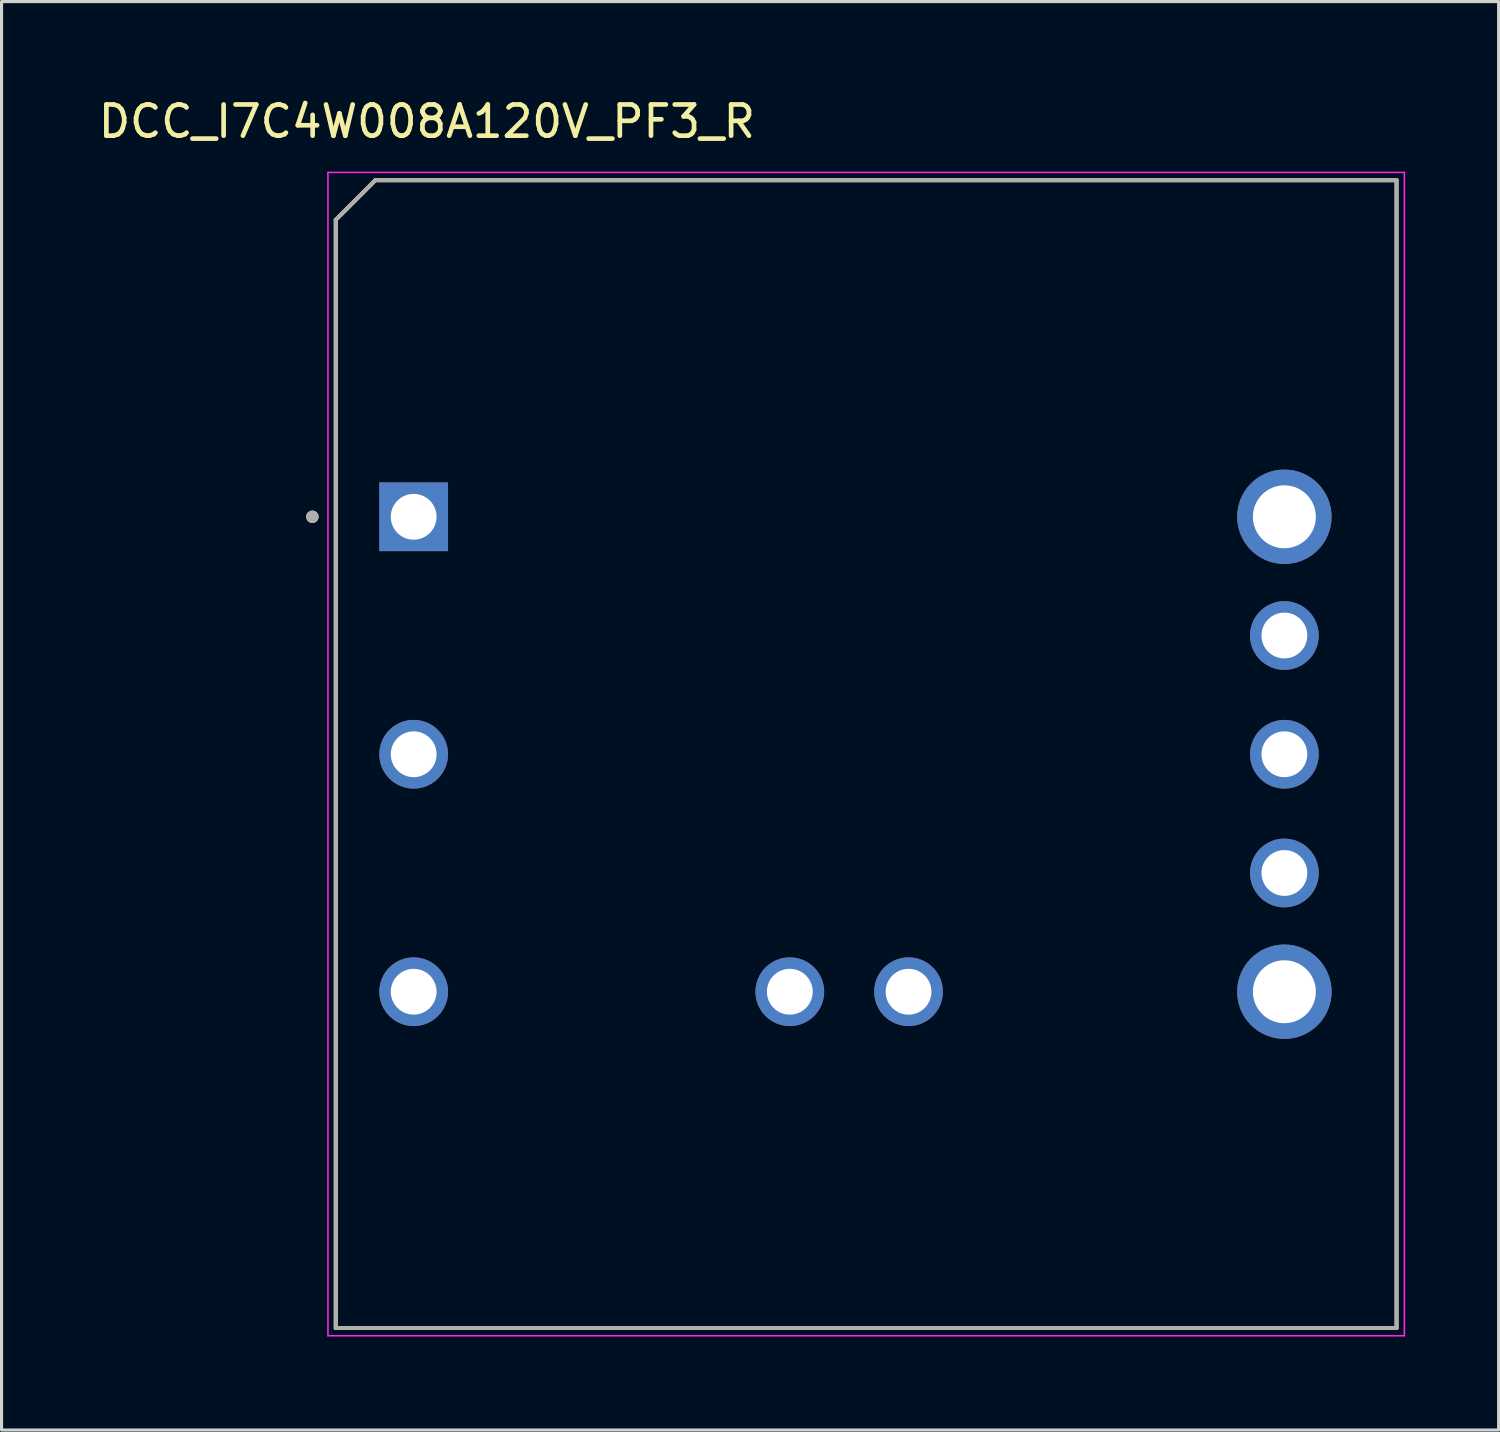
<source format=kicad_pcb>
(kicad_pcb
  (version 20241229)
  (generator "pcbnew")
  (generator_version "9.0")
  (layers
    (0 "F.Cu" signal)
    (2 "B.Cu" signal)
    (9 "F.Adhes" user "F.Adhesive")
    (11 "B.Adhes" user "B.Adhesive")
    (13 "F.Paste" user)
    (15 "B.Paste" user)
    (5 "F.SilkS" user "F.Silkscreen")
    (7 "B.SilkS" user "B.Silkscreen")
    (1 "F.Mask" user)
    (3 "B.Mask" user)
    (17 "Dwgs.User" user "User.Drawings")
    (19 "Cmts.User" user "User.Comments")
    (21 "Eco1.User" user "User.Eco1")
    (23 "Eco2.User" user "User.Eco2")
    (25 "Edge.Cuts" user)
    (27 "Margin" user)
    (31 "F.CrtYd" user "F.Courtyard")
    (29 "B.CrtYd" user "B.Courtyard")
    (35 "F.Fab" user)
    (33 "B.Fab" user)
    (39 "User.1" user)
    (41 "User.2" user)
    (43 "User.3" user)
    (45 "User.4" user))
  (footprint "DCC_I7C4W008A120V_PF3_R"
    (layer "F.Cu")
    (at 24.194 21.148)
    (property "Reference" "DCC_I7C4W008A120V_PF3_R" (at -13.545 -20.3 0) (layer "F.SilkS") (effects (font (size 1 1) (thickness 0.15))))
    (attr through_hole)
    (fp_line (start -16.47 -17.145) (end -15.2 -18.415) (stroke (width 0.127) (type solid)) (layer "F.SilkS"))
    (fp_line (start -16.47 18.415) (end -16.47 -17.145) (stroke (width 0.127) (type solid)) (layer "F.SilkS"))
    (fp_line (start -15.2 -18.415) (end 17.57 -18.415) (stroke (width 0.127) (type solid)) (layer "F.SilkS"))
    (fp_line (start 17.57 -18.415) (end 17.57 18.415) (stroke (width 0.127) (type solid)) (layer "F.SilkS"))
    (fp_line (start 17.57 18.415) (end -16.47 18.415) (stroke (width 0.127) (type solid)) (layer "F.SilkS"))
    (fp_circle (center -17.22 -7.615) (end -17.12 -7.615) (stroke (width 0.2) (type solid)) (fill no) (layer "F.SilkS"))
    (fp_line (start -16.72 -18.665) (end -16.72 18.665) (stroke (width 0.05) (type solid)) (layer "F.CrtYd"))
    (fp_line (start -16.72 18.665) (end 17.82 18.665) (stroke (width 0.05) (type solid)) (layer "F.CrtYd"))
    (fp_line (start 17.82 -18.665) (end -16.72 -18.665) (stroke (width 0.05) (type solid)) (layer "F.CrtYd"))
    (fp_line (start 17.82 18.665) (end 17.82 -18.665) (stroke (width 0.05) (type solid)) (layer "F.CrtYd"))
    (fp_line (start -16.47 -17.145) (end -15.2 -18.415) (stroke (width 0.127) (type solid)) (layer "F.Fab"))
    (fp_line (start -16.47 18.415) (end -16.47 -17.145) (stroke (width 0.127) (type solid)) (layer "F.Fab"))
    (fp_line (start -15.2 -18.415) (end 17.57 -18.415) (stroke (width 0.127) (type solid)) (layer "F.Fab"))
    (fp_line (start 17.57 -18.415) (end 17.57 18.415) (stroke (width 0.127) (type solid)) (layer "F.Fab"))
    (fp_line (start 17.57 18.415) (end -16.47 18.415) (stroke (width 0.127) (type solid)) (layer "F.Fab"))
    (fp_circle (center -17.22 -7.615) (end -17.12 -7.615) (stroke (width 0.2) (type solid)) (fill no) (layer "F.Fab"))
    (pad "1" thru_hole rect (at -13.97 -7.615) (size 2.205 2.205) (drill 1.47) (layers "*.Cu" "*.Mask"))
    (pad "2" thru_hole circle (at -13.97 0.005) (size 2.205 2.205) (drill 1.47) (layers "*.Cu" "*.Mask"))
    (pad "3" thru_hole circle (at -13.97 7.625) (size 2.205 2.205) (drill 1.47) (layers "*.Cu" "*.Mask"))
    (pad "4" thru_hole circle (at 13.97 7.625) (size 3.03 3.03) (drill 2.02) (layers "*.Cu" "*.Mask"))
    (pad "5" thru_hole circle (at 13.97 3.815) (size 2.205 2.205) (drill 1.47) (layers "*.Cu" "*.Mask"))
    (pad "6" thru_hole circle (at 13.97 0.005) (size 2.205 2.205) (drill 1.47) (layers "*.Cu" "*.Mask"))
    (pad "7" thru_hole circle (at 13.97 -3.805) (size 2.205 2.205) (drill 1.47) (layers "*.Cu" "*.Mask"))
    (pad "8" thru_hole circle (at 13.97 -7.615) (size 3.03 3.03) (drill 2.02) (layers "*.Cu" "*.Mask"))
    (pad "32" thru_hole circle (at -1.9 7.625) (size 2.205 2.205) (drill 1.47) (layers "*.Cu" "*.Mask"))
    (pad "34" thru_hole circle (at 1.91 7.625) (size 2.205 2.205) (drill 1.47) (layers "*.Cu" "*.Mask")))
  (gr_rect
    (start -3 -3)
    (end 45.039 42.838)
    (stroke (width 0.1) (type default))
    (fill no)
    (layer "Edge.Cuts")))
</source>
